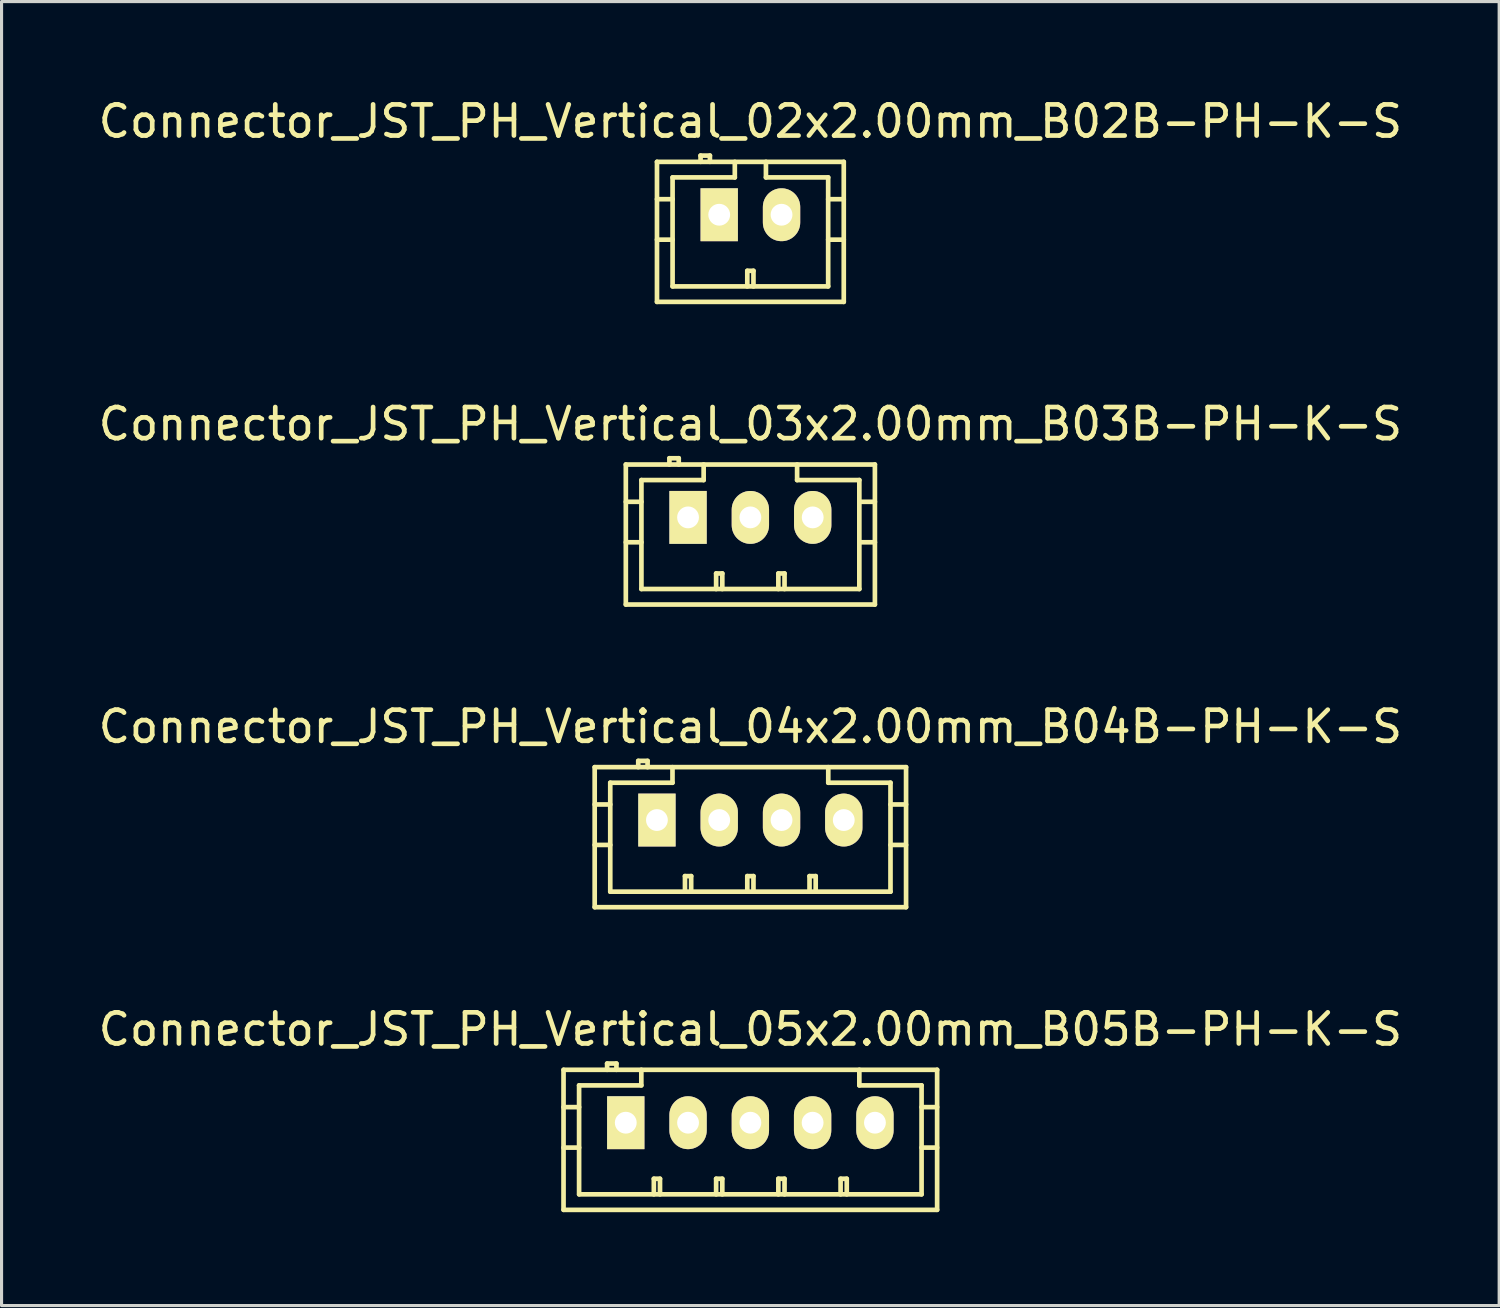
<source format=kicad_pcb>
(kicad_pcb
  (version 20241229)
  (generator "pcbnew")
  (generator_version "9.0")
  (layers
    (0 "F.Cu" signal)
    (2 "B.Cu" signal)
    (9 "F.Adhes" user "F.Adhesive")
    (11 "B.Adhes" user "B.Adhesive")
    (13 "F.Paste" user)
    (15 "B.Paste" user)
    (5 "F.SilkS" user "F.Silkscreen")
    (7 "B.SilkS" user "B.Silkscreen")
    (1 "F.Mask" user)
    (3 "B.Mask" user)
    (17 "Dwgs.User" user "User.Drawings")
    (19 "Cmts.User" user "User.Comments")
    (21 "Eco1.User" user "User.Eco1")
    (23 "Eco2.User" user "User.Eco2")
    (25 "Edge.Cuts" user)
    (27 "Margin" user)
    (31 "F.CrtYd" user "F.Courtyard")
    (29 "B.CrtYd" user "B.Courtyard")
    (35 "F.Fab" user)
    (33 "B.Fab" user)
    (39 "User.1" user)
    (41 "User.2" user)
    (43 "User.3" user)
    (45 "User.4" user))
  (footprint "Connector_JST_PH_Vertical_03x2.00mm_B03B-PH-K-S"
    (layer "F.Cu")
    (at 19.054 13.57)
    (property "Reference" "Connector_JST_PH_Vertical_03x2.00mm_B03B-PH-K-S" (at 2 -3 0) (layer "F.SilkS") (effects (font (size 1 1) (thickness 0.15))))
    (attr through_hole)
    (fp_line (start -2.001 -1.699) (end -2.001 2.799) (stroke (width 0.15) (type solid)) (layer "F.SilkS"))
    (fp_line (start -2.001 -1.699) (end 6 -1.699) (stroke (width 0.15) (type solid)) (layer "F.SilkS"))
    (fp_line (start -2.001 2.799) (end 6 2.799) (stroke (width 0.15) (type solid)) (layer "F.SilkS"))
    (fp_line (start -1.5 -1.199) (end -1.5 2.301) (stroke (width 0.15) (type solid)) (layer "F.SilkS"))
    (fp_line (start -1.5 -0.5) (end -2.001 -0.5) (stroke (width 0.15) (type solid)) (layer "F.SilkS"))
    (fp_line (start -1.5 0.8) (end -2.001 0.8) (stroke (width 0.15) (type solid)) (layer "F.SilkS"))
    (fp_line (start -0.601 -1.9) (end -0.601 -1.699) (stroke (width 0.15) (type solid)) (layer "F.SilkS"))
    (fp_line (start -0.301 -1.9) (end -0.601 -1.9) (stroke (width 0.15) (type solid)) (layer "F.SilkS"))
    (fp_line (start -0.301 -1.699) (end -0.301 -1.9) (stroke (width 0.15) (type solid)) (layer "F.SilkS"))
    (fp_line (start 0.499 -1.699) (end 0.499 -1.199) (stroke (width 0.15) (type solid)) (layer "F.SilkS"))
    (fp_line (start 0.499 -1.199) (end -1.5 -1.199) (stroke (width 0.15) (type solid)) (layer "F.SilkS"))
    (fp_line (start 0.9 1.801) (end 1.098 1.801) (stroke (width 0.15) (type solid)) (layer "F.SilkS"))
    (fp_line (start 0.9 2.301) (end 0.9 1.801) (stroke (width 0.15) (type solid)) (layer "F.SilkS"))
    (fp_line (start 1.098 1.801) (end 1.098 2.301) (stroke (width 0.15) (type solid)) (layer "F.SilkS"))
    (fp_line (start 2.899 1.801) (end 3.097 1.801) (stroke (width 0.15) (type solid)) (layer "F.SilkS"))
    (fp_line (start 2.899 2.301) (end 2.899 1.801) (stroke (width 0.15) (type solid)) (layer "F.SilkS"))
    (fp_line (start 3.097 1.801) (end 3.097 2.301) (stroke (width 0.15) (type solid)) (layer "F.SilkS"))
    (fp_line (start 3.501 -1.199) (end 3.501 -1.699) (stroke (width 0.15) (type solid)) (layer "F.SilkS"))
    (fp_line (start 5.5 -1.199) (end 3.501 -1.199) (stroke (width 0.15) (type solid)) (layer "F.SilkS"))
    (fp_line (start 5.5 0.8) (end 6 0.8) (stroke (width 0.15) (type solid)) (layer "F.SilkS"))
    (fp_line (start 5.5 2.301) (end -1.5 2.301) (stroke (width 0.15) (type solid)) (layer "F.SilkS"))
    (fp_line (start 5.5 2.301) (end 5.5 -1.199) (stroke (width 0.15) (type solid)) (layer "F.SilkS"))
    (fp_line (start 6 -1.699) (end 6 2.799) (stroke (width 0.15) (type solid)) (layer "F.SilkS"))
    (fp_line (start 6 -0.5) (end 5.5 -0.5) (stroke (width 0.15) (type solid)) (layer "F.SilkS"))
    (pad "1" thru_hole rect (at -0.002 0) (size 1.199 1.699) (drill 0.701) (layers "*.Cu" "*.Mask" "F.SilkS"))
    (pad "2" thru_hole oval (at 2 0) (size 1.199 1.699) (drill 0.701) (layers "*.Cu" "*.Mask" "F.SilkS"))
    (pad "3" thru_hole oval (at 4.002 0) (size 1.199 1.699) (drill 0.701) (layers "*.Cu" "*.Mask" "F.SilkS")))
  (footprint "Connector_JST_PH_Vertical_04x2.00mm_B04B-PH-K-S"
    (layer "F.Cu")
    (at 18.054 23.292)
    (property "Reference" "Connector_JST_PH_Vertical_04x2.00mm_B04B-PH-K-S" (at 3 -3 0) (layer "F.SilkS") (effects (font (size 1 1) (thickness 0.15))))
    (attr through_hole)
    (fp_line (start -2.001 -1.699) (end -2.001 2.799) (stroke (width 0.15) (type solid)) (layer "F.SilkS"))
    (fp_line (start -2.001 -1.699) (end 8.001 -1.699) (stroke (width 0.15) (type solid)) (layer "F.SilkS"))
    (fp_line (start -2.001 2.799) (end 8.001 2.799) (stroke (width 0.15) (type solid)) (layer "F.SilkS"))
    (fp_line (start -1.501 -1.199) (end -1.501 2.301) (stroke (width 0.15) (type solid)) (layer "F.SilkS"))
    (fp_line (start -1.501 -0.5) (end -2.001 -0.5) (stroke (width 0.15) (type solid)) (layer "F.SilkS"))
    (fp_line (start -1.501 0.8) (end -2.001 0.8) (stroke (width 0.15) (type solid)) (layer "F.SilkS"))
    (fp_line (start -0.602 -1.9) (end -0.602 -1.699) (stroke (width 0.15) (type solid)) (layer "F.SilkS"))
    (fp_line (start -0.302 -1.9) (end -0.602 -1.9) (stroke (width 0.15) (type solid)) (layer "F.SilkS"))
    (fp_line (start -0.302 -1.699) (end -0.302 -1.9) (stroke (width 0.15) (type solid)) (layer "F.SilkS"))
    (fp_line (start 0.498 -1.699) (end 0.498 -1.199) (stroke (width 0.15) (type solid)) (layer "F.SilkS"))
    (fp_line (start 0.498 -1.199) (end -1.501 -1.199) (stroke (width 0.15) (type solid)) (layer "F.SilkS"))
    (fp_line (start 0.899 1.801) (end 1.098 1.801) (stroke (width 0.15) (type solid)) (layer "F.SilkS"))
    (fp_line (start 0.899 2.301) (end 0.899 1.801) (stroke (width 0.15) (type solid)) (layer "F.SilkS"))
    (fp_line (start 1.098 1.801) (end 1.098 2.301) (stroke (width 0.15) (type solid)) (layer "F.SilkS"))
    (fp_line (start 2.901 1.801) (end 3.099 1.801) (stroke (width 0.15) (type solid)) (layer "F.SilkS"))
    (fp_line (start 2.901 2.301) (end 2.901 1.801) (stroke (width 0.15) (type solid)) (layer "F.SilkS"))
    (fp_line (start 3.099 1.801) (end 3.099 2.301) (stroke (width 0.15) (type solid)) (layer "F.SilkS"))
    (fp_line (start 4.9 1.801) (end 5.098 1.801) (stroke (width 0.15) (type solid)) (layer "F.SilkS"))
    (fp_line (start 4.9 2.301) (end 4.9 1.801) (stroke (width 0.15) (type solid)) (layer "F.SilkS"))
    (fp_line (start 5.098 1.801) (end 5.098 2.301) (stroke (width 0.15) (type solid)) (layer "F.SilkS"))
    (fp_line (start 5.502 -1.199) (end 5.502 -1.699) (stroke (width 0.15) (type solid)) (layer "F.SilkS"))
    (fp_line (start 7.501 -1.199) (end 5.502 -1.199) (stroke (width 0.15) (type solid)) (layer "F.SilkS"))
    (fp_line (start 7.501 0.8) (end 8.001 0.8) (stroke (width 0.15) (type solid)) (layer "F.SilkS"))
    (fp_line (start 7.501 2.301) (end -1.501 2.301) (stroke (width 0.15) (type solid)) (layer "F.SilkS"))
    (fp_line (start 7.501 2.301) (end 7.501 -1.199) (stroke (width 0.15) (type solid)) (layer "F.SilkS"))
    (fp_line (start 8.001 -1.699) (end 8.001 2.799) (stroke (width 0.15) (type solid)) (layer "F.SilkS"))
    (fp_line (start 8.001 -0.5) (end 7.501 -0.5) (stroke (width 0.15) (type solid)) (layer "F.SilkS"))
    (pad "1" thru_hole rect (at -0.002 0) (size 1.199 1.699) (drill 0.701) (layers "*.Cu" "*.Mask" "F.SilkS"))
    (pad "2" thru_hole oval (at 1.999 0) (size 1.199 1.699) (drill 0.701) (layers "*.Cu" "*.Mask" "F.SilkS"))
    (pad "3" thru_hole oval (at 4.001 0) (size 1.199 1.699) (drill 0.701) (layers "*.Cu" "*.Mask" "F.SilkS"))
    (pad "4" thru_hole oval (at 6 0) (size 1.199 1.699) (drill 0.701) (layers "*.Cu" "*.Mask" "F.SilkS")))
  (footprint "Connector_JST_PH_Vertical_05x2.00mm_B05B-PH-K-S"
    (layer "F.Cu")
    (at 17.054 33.014)
    (property "Reference" "Connector_JST_PH_Vertical_05x2.00mm_B05B-PH-K-S" (at 4 -3 0) (layer "F.SilkS") (effects (font (size 1 1) (thickness 0.15))))
    (attr through_hole)
    (fp_line (start -2.002 -1.699) (end -2.002 2.799) (stroke (width 0.15) (type solid)) (layer "F.SilkS"))
    (fp_line (start -1.502 -1.199) (end -1.502 2.301) (stroke (width 0.15) (type solid)) (layer "F.SilkS"))
    (fp_line (start -1.502 -0.5) (end -2.002 -0.5) (stroke (width 0.15) (type solid)) (layer "F.SilkS"))
    (fp_line (start -1.502 0.8) (end -2.002 0.8) (stroke (width 0.15) (type solid)) (layer "F.SilkS"))
    (fp_line (start -1.499 2.301) (end 9.499 2.301) (stroke (width 0.15) (type solid)) (layer "F.SilkS"))
    (fp_line (start -0.602 -1.9) (end -0.602 -1.699) (stroke (width 0.15) (type solid)) (layer "F.SilkS"))
    (fp_line (start -0.303 -1.9) (end -0.602 -1.9) (stroke (width 0.15) (type solid)) (layer "F.SilkS"))
    (fp_line (start -0.303 -1.699) (end -0.303 -1.9) (stroke (width 0.15) (type solid)) (layer "F.SilkS"))
    (fp_line (start 0.497 -1.699) (end 0.497 -1.199) (stroke (width 0.15) (type solid)) (layer "F.SilkS"))
    (fp_line (start 0.497 -1.199) (end -1.502 -1.199) (stroke (width 0.15) (type solid)) (layer "F.SilkS"))
    (fp_line (start 0.899 1.801) (end 1.097 1.801) (stroke (width 0.15) (type solid)) (layer "F.SilkS"))
    (fp_line (start 0.899 2.301) (end 0.899 1.801) (stroke (width 0.15) (type solid)) (layer "F.SilkS"))
    (fp_line (start 1.097 1.801) (end 1.097 2.301) (stroke (width 0.15) (type solid)) (layer "F.SilkS"))
    (fp_line (start 2.9 1.801) (end 3.098 1.801) (stroke (width 0.15) (type solid)) (layer "F.SilkS"))
    (fp_line (start 2.9 2.301) (end 2.9 1.801) (stroke (width 0.15) (type solid)) (layer "F.SilkS"))
    (fp_line (start 3.098 1.801) (end 3.098 2.301) (stroke (width 0.15) (type solid)) (layer "F.SilkS"))
    (fp_line (start 4.899 1.801) (end 5.097 1.801) (stroke (width 0.15) (type solid)) (layer "F.SilkS"))
    (fp_line (start 4.899 2.301) (end 4.899 1.801) (stroke (width 0.15) (type solid)) (layer "F.SilkS"))
    (fp_line (start 5.097 1.801) (end 5.097 2.301) (stroke (width 0.15) (type solid)) (layer "F.SilkS"))
    (fp_line (start 6.898 1.801) (end 7.096 1.801) (stroke (width 0.15) (type solid)) (layer "F.SilkS"))
    (fp_line (start 6.898 2.301) (end 6.898 1.801) (stroke (width 0.15) (type solid)) (layer "F.SilkS"))
    (fp_line (start 7.096 1.801) (end 7.096 2.301) (stroke (width 0.15) (type solid)) (layer "F.SilkS"))
    (fp_line (start 7.5 -1.199) (end 7.5 -1.699) (stroke (width 0.15) (type solid)) (layer "F.SilkS"))
    (fp_line (start 9.499 -1.199) (end 7.5 -1.199) (stroke (width 0.15) (type solid)) (layer "F.SilkS"))
    (fp_line (start 9.499 0.8) (end 9.999 0.8) (stroke (width 0.15) (type solid)) (layer "F.SilkS"))
    (fp_line (start 9.499 2.301) (end 9.499 -1.199) (stroke (width 0.15) (type solid)) (layer "F.SilkS"))
    (fp_line (start 9.999 -1.699) (end -1.999 -1.699) (stroke (width 0.15) (type solid)) (layer "F.SilkS"))
    (fp_line (start 9.999 -1.699) (end 9.999 2.799) (stroke (width 0.15) (type solid)) (layer "F.SilkS"))
    (fp_line (start 9.999 -0.5) (end 9.499 -0.5) (stroke (width 0.15) (type solid)) (layer "F.SilkS"))
    (fp_line (start 9.999 2.799) (end -1.999 2.799) (stroke (width 0.15) (type solid)) (layer "F.SilkS"))
    (pad "1" thru_hole rect (at -0.003 0) (size 1.199 1.699) (drill 0.701) (layers "*.Cu" "*.Mask" "F.SilkS"))
    (pad "2" thru_hole oval (at 1.998 0) (size 1.199 1.699) (drill 0.701) (layers "*.Cu" "*.Mask" "F.SilkS"))
    (pad "3" thru_hole oval (at 4 0) (size 1.199 1.699) (drill 0.701) (layers "*.Cu" "*.Mask" "F.SilkS"))
    (pad "4" thru_hole oval (at 5.999 0) (size 1.199 1.699) (drill 0.701) (layers "*.Cu" "*.Mask" "F.SilkS"))
    (pad "5" thru_hole oval (at 8.001 0) (size 1.199 1.699) (drill 0.701) (layers "*.Cu" "*.Mask" "F.SilkS")))
  (footprint "Connector_JST_PH_Vertical_02x2.00mm_B02B-PH-K-S"
    (layer "F.Cu")
    (at 20.054 3.848)
    (property "Reference" "Connector_JST_PH_Vertical_02x2.00mm_B02B-PH-K-S" (at 1 -3 0) (layer "F.SilkS") (effects (font (size 1 1) (thickness 0.15))))
    (attr through_hole)
    (fp_line (start -2 -1.699) (end -2 2.799) (stroke (width 0.15) (type solid)) (layer "F.SilkS"))
    (fp_line (start -2 2.799) (end 4 2.799) (stroke (width 0.15) (type solid)) (layer "F.SilkS"))
    (fp_line (start -1.499 -1.199) (end -1.499 2.301) (stroke (width 0.15) (type solid)) (layer "F.SilkS"))
    (fp_line (start -1.499 -0.5) (end -2 -0.5) (stroke (width 0.15) (type solid)) (layer "F.SilkS"))
    (fp_line (start -1.499 0.8) (end -2 0.8) (stroke (width 0.15) (type solid)) (layer "F.SilkS"))
    (fp_line (start -1.499 2.301) (end 3.499 2.301) (stroke (width 0.15) (type solid)) (layer "F.SilkS"))
    (fp_line (start -0.6 -1.9) (end -0.6 -1.699) (stroke (width 0.15) (type solid)) (layer "F.SilkS"))
    (fp_line (start -0.3 -1.9) (end -0.6 -1.9) (stroke (width 0.15) (type solid)) (layer "F.SilkS"))
    (fp_line (start -0.3 -1.699) (end -0.3 -1.9) (stroke (width 0.15) (type solid)) (layer "F.SilkS"))
    (fp_line (start 0.5 -1.699) (end 0.5 -1.199) (stroke (width 0.15) (type solid)) (layer "F.SilkS"))
    (fp_line (start 0.5 -1.199) (end -1.499 -1.199) (stroke (width 0.15) (type solid)) (layer "F.SilkS"))
    (fp_line (start 0.901 1.801) (end 1.099 1.801) (stroke (width 0.15) (type solid)) (layer "F.SilkS"))
    (fp_line (start 0.901 2.301) (end 0.901 1.801) (stroke (width 0.15) (type solid)) (layer "F.SilkS"))
    (fp_line (start 1.099 1.801) (end 1.099 2.301) (stroke (width 0.15) (type solid)) (layer "F.SilkS"))
    (fp_line (start 1.5 -1.199) (end 1.5 -1.699) (stroke (width 0.15) (type solid)) (layer "F.SilkS"))
    (fp_line (start 3.499 -1.199) (end 1.5 -1.199) (stroke (width 0.15) (type solid)) (layer "F.SilkS"))
    (fp_line (start 3.499 0.8) (end 4 0.8) (stroke (width 0.15) (type solid)) (layer "F.SilkS"))
    (fp_line (start 3.499 2.301) (end 3.499 -1.199) (stroke (width 0.15) (type solid)) (layer "F.SilkS"))
    (fp_line (start 4 -1.699) (end -2 -1.699) (stroke (width 0.15) (type solid)) (layer "F.SilkS"))
    (fp_line (start 4 -1.699) (end 4 2.799) (stroke (width 0.15) (type solid)) (layer "F.SilkS"))
    (fp_line (start 4 -0.5) (end 3.499 -0.5) (stroke (width 0.15) (type solid)) (layer "F.SilkS"))
    (pad "1" thru_hole rect (at -0.001 0) (size 1.199 1.699) (drill 0.701) (layers "*.Cu" "*.Mask" "F.SilkS"))
    (pad "2" thru_hole oval (at 2.001 0) (size 1.199 1.699) (drill 0.701) (layers "*.Cu" "*.Mask" "F.SilkS")))
  (gr_rect
    (start -3 -3)
    (end 45.107 38.888)
    (stroke (width 0.1) (type default))
    (fill no)
    (layer "Edge.Cuts")))
</source>
